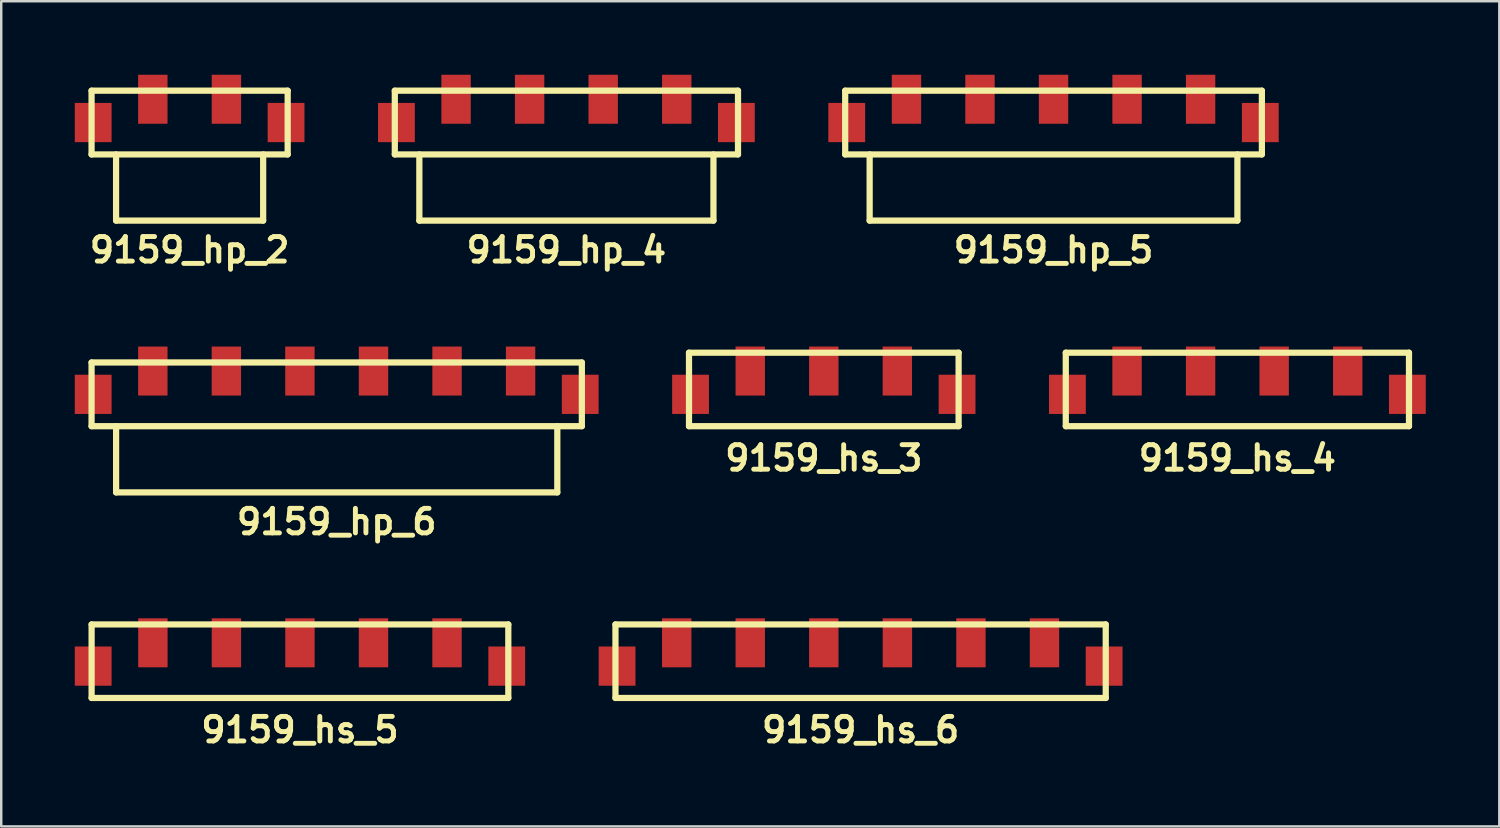
<source format=kicad_pcb>
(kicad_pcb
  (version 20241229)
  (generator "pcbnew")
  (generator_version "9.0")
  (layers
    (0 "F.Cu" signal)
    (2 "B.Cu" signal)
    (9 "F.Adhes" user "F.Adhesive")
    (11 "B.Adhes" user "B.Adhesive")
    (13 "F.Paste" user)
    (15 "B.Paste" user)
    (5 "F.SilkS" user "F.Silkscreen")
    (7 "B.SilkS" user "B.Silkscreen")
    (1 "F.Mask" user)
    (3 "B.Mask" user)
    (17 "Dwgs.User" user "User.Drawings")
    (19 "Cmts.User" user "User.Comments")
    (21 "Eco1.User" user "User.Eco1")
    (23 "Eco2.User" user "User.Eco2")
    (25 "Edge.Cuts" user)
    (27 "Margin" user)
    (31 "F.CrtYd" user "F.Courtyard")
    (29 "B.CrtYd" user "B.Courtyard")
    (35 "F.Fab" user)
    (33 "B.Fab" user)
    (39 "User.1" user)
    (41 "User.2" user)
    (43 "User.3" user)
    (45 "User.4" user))
  (footprint "9159_hp_6"
    (layer "F.Cu")
    (at 10.685 13.036)
    (property "Reference" "9159_hp_6" (at 0 5.199 0) (layer "F.SilkS") (effects (font (size 1.001 1.001) (thickness 0.201))))
    (attr through_hole)
    (fp_line (start -10 -1.3) (end -10 1.3) (stroke (width 0.254) (type solid)) (layer "F.SilkS"))
    (fp_line (start -10 -1.3) (end 10 -1.3) (stroke (width 0.254) (type solid)) (layer "F.SilkS"))
    (fp_line (start -8.999 1.3) (end -8.999 4) (stroke (width 0.254) (type solid)) (layer "F.SilkS"))
    (fp_line (start 8.999 4) (end -8.999 4) (stroke (width 0.254) (type solid)) (layer "F.SilkS"))
    (fp_line (start 8.999 4) (end 8.999 1.3) (stroke (width 0.254) (type solid)) (layer "F.SilkS"))
    (fp_line (start 10 1.3) (end -10 1.3) (stroke (width 0.254) (type solid)) (layer "F.SilkS"))
    (fp_line (start 10 1.3) (end 10 -1.3) (stroke (width 0.254) (type solid)) (layer "F.SilkS"))
    (pad "1" smd rect (at -7.501 -0.95) (size 1.199 1.999) (layers "F.Cu" "F.Mask" "F.Paste"))
    (pad "2" smd rect (at -4.501 -0.95) (size 1.199 1.999) (layers "F.Cu" "F.Mask" "F.Paste"))
    (pad "3" smd rect (at -1.501 -0.95) (size 1.199 1.999) (layers "F.Cu" "F.Mask" "F.Paste"))
    (pad "4" smd rect (at 1.501 -0.95) (size 1.199 1.999) (layers "F.Cu" "F.Mask" "F.Paste"))
    (pad "5" smd rect (at 4.501 -0.95) (size 1.199 1.999) (layers "F.Cu" "F.Mask" "F.Paste"))
    (pad "6" smd rect (at 7.501 -0.95) (size 1.199 1.999) (layers "F.Cu" "F.Mask" "F.Paste"))
    (pad "7" smd rect (at -9.934 0) (size 1.501 1.6) (layers "F.Cu" "F.Mask" "F.Paste"))
    (pad "7" smd rect (at 9.934 0) (size 1.501 1.6) (layers "F.Cu" "F.Mask" "F.Paste")))
  (footprint "9159_hs_5"
    (layer "F.Cu")
    (at 9.186 24.122)
    (property "Reference" "9159_hs_5" (at 0 2.601 0) (layer "F.SilkS") (effects (font (size 1.001 1.001) (thickness 0.201))))
    (attr through_hole)
    (fp_line (start -8.499 -1.699) (end -8.499 1.3) (stroke (width 0.254) (type solid)) (layer "F.SilkS"))
    (fp_line (start -8.499 -1.699) (end 8.499 -1.699) (stroke (width 0.254) (type solid)) (layer "F.SilkS"))
    (fp_line (start 8.499 -1.699) (end 8.499 1.3) (stroke (width 0.254) (type solid)) (layer "F.SilkS"))
    (fp_line (start 8.499 1.3) (end -8.499 1.3) (stroke (width 0.254) (type solid)) (layer "F.SilkS"))
    (pad "1" smd rect (at -5.999 -0.95) (size 1.199 1.999) (layers "F.Cu" "F.Mask" "F.Paste"))
    (pad "2" smd rect (at -3 -0.95) (size 1.199 1.999) (layers "F.Cu" "F.Mask" "F.Paste"))
    (pad "3" smd rect (at 0 -0.95) (size 1.199 1.999) (layers "F.Cu" "F.Mask" "F.Paste"))
    (pad "4" smd rect (at 3 -0.95) (size 1.199 1.999) (layers "F.Cu" "F.Mask" "F.Paste"))
    (pad "5" smd rect (at 5.999 -0.95) (size 1.199 1.999) (layers "F.Cu" "F.Mask" "F.Paste"))
    (pad "6" smd rect (at -8.435 0) (size 1.501 1.6) (layers "F.Cu" "F.Mask" "F.Paste"))
    (pad "6" smd rect (at 8.435 0) (size 1.501 1.6) (layers "F.Cu" "F.Mask" "F.Paste")))
  (footprint "9159_hp_5"
    (layer "F.Cu")
    (at 39.926 1.949)
    (property "Reference" "9159_hp_5" (at 0 5.199 0) (layer "F.SilkS") (effects (font (size 1.001 1.001) (thickness 0.201))))
    (attr through_hole)
    (fp_line (start -8.499 -1.3) (end -8.499 1.3) (stroke (width 0.254) (type solid)) (layer "F.SilkS"))
    (fp_line (start -8.499 -1.3) (end 8.499 -1.3) (stroke (width 0.254) (type solid)) (layer "F.SilkS"))
    (fp_line (start -7.501 1.3) (end -7.501 4) (stroke (width 0.254) (type solid)) (layer "F.SilkS"))
    (fp_line (start -7.501 4) (end 7.501 4) (stroke (width 0.254) (type solid)) (layer "F.SilkS"))
    (fp_line (start 7.501 4) (end 7.501 1.3) (stroke (width 0.254) (type solid)) (layer "F.SilkS"))
    (fp_line (start 8.499 1.3) (end -8.499 1.3) (stroke (width 0.254) (type solid)) (layer "F.SilkS"))
    (fp_line (start 8.499 1.3) (end 8.499 -1.3) (stroke (width 0.254) (type solid)) (layer "F.SilkS"))
    (pad "1" smd rect (at -5.999 -0.95) (size 1.199 1.999) (layers "F.Cu" "F.Mask" "F.Paste"))
    (pad "2" smd rect (at -3 -0.95) (size 1.199 1.999) (layers "F.Cu" "F.Mask" "F.Paste"))
    (pad "3" smd rect (at 0 -0.95) (size 1.199 1.999) (layers "F.Cu" "F.Mask" "F.Paste"))
    (pad "4" smd rect (at 3 -0.95) (size 1.199 1.999) (layers "F.Cu" "F.Mask" "F.Paste"))
    (pad "5" smd rect (at 5.999 -0.95) (size 1.199 1.999) (layers "F.Cu" "F.Mask" "F.Paste"))
    (pad "6" smd rect (at -8.435 0) (size 1.501 1.6) (layers "F.Cu" "F.Mask" "F.Paste"))
    (pad "6" smd rect (at 8.435 0) (size 1.501 1.6) (layers "F.Cu" "F.Mask" "F.Paste")))
  (footprint "9159_hs_6"
    (layer "F.Cu")
    (at 32.056 24.122)
    (property "Reference" "9159_hs_6" (at 0 2.601 0) (layer "F.SilkS") (effects (font (size 1.001 1.001) (thickness 0.201))))
    (attr through_hole)
    (fp_line (start -10 -1.699) (end -10 1.3) (stroke (width 0.254) (type solid)) (layer "F.SilkS"))
    (fp_line (start -10 -1.699) (end 10 -1.699) (stroke (width 0.254) (type solid)) (layer "F.SilkS"))
    (fp_line (start 10 -1.699) (end 10 1.3) (stroke (width 0.254) (type solid)) (layer "F.SilkS"))
    (fp_line (start 10 1.3) (end -10 1.3) (stroke (width 0.254) (type solid)) (layer "F.SilkS"))
    (pad "1" smd rect (at -7.501 -0.95) (size 1.199 1.999) (layers "F.Cu" "F.Mask" "F.Paste"))
    (pad "2" smd rect (at -4.501 -0.95) (size 1.199 1.999) (layers "F.Cu" "F.Mask" "F.Paste"))
    (pad "3" smd rect (at -1.501 -0.95) (size 1.199 1.999) (layers "F.Cu" "F.Mask" "F.Paste"))
    (pad "4" smd rect (at 1.501 -0.95) (size 1.199 1.999) (layers "F.Cu" "F.Mask" "F.Paste"))
    (pad "5" smd rect (at 4.501 -0.95) (size 1.199 1.999) (layers "F.Cu" "F.Mask" "F.Paste"))
    (pad "6" smd rect (at 7.501 -0.95) (size 1.199 1.999) (layers "F.Cu" "F.Mask" "F.Paste"))
    (pad "7" smd rect (at -9.934 0) (size 1.501 1.6) (layers "F.Cu" "F.Mask" "F.Paste"))
    (pad "7" smd rect (at 9.934 0) (size 1.501 1.6) (layers "F.Cu" "F.Mask" "F.Paste")))
  (footprint "9159_hs_4"
    (layer "F.Cu")
    (at 47.426 13.036)
    (property "Reference" "9159_hs_4" (at 0 2.601 0) (layer "F.SilkS") (effects (font (size 1.001 1.001) (thickness 0.201))))
    (attr through_hole)
    (fp_line (start -7 -1.699) (end -7 1.3) (stroke (width 0.254) (type solid)) (layer "F.SilkS"))
    (fp_line (start -7 1.3) (end 7 1.3) (stroke (width 0.254) (type solid)) (layer "F.SilkS"))
    (fp_line (start 7 -1.699) (end -7 -1.699) (stroke (width 0.254) (type solid)) (layer "F.SilkS"))
    (fp_line (start 7 -1.699) (end 7 1.3) (stroke (width 0.254) (type solid)) (layer "F.SilkS"))
    (pad "1" smd rect (at -4.501 -0.95) (size 1.199 1.999) (layers "F.Cu" "F.Mask" "F.Paste"))
    (pad "2" smd rect (at -1.501 -0.95) (size 1.199 1.999) (layers "F.Cu" "F.Mask" "F.Paste"))
    (pad "3" smd rect (at 1.501 -0.95) (size 1.199 1.999) (layers "F.Cu" "F.Mask" "F.Paste"))
    (pad "4" smd rect (at 4.501 -0.95) (size 1.199 1.999) (layers "F.Cu" "F.Mask" "F.Paste"))
    (pad "5" smd rect (at -6.934 0) (size 1.501 1.6) (layers "F.Cu" "F.Mask" "F.Paste"))
    (pad "5" smd rect (at 6.934 0) (size 1.501 1.6) (layers "F.Cu" "F.Mask" "F.Paste")))
  (footprint "9159_hs_3"
    (layer "F.Cu")
    (at 30.555 13.036)
    (property "Reference" "9159_hs_3" (at 0 2.601 0) (layer "F.SilkS") (effects (font (size 1.001 1.001) (thickness 0.201))))
    (attr through_hole)
    (fp_line (start -5.499 -1.699) (end -5.499 1.3) (stroke (width 0.254) (type solid)) (layer "F.SilkS"))
    (fp_line (start -5.499 -1.699) (end 5.499 -1.699) (stroke (width 0.254) (type solid)) (layer "F.SilkS"))
    (fp_line (start 5.499 -1.699) (end 5.499 1.3) (stroke (width 0.254) (type solid)) (layer "F.SilkS"))
    (fp_line (start 5.499 1.3) (end -5.499 1.3) (stroke (width 0.254) (type solid)) (layer "F.SilkS"))
    (pad "1" smd rect (at -3 -0.95) (size 1.199 1.999) (layers "F.Cu" "F.Mask" "F.Paste"))
    (pad "2" smd rect (at 0 -0.95) (size 1.199 1.999) (layers "F.Cu" "F.Mask" "F.Paste"))
    (pad "3" smd rect (at 3 -0.95) (size 1.199 1.999) (layers "F.Cu" "F.Mask" "F.Paste"))
    (pad "4" smd rect (at -5.436 0) (size 1.501 1.6) (layers "F.Cu" "F.Mask" "F.Paste"))
    (pad "4" smd rect (at 5.436 0) (size 1.501 1.6) (layers "F.Cu" "F.Mask" "F.Paste")))
  (footprint "9159_hp_2"
    (layer "F.Cu")
    (at 4.685 1.949)
    (property "Reference" "9159_hp_2" (at 0 5.199 0) (layer "F.SilkS") (effects (font (size 1.001 1.001) (thickness 0.201))))
    (attr through_hole)
    (fp_line (start -4 -1.3) (end -4 1.3) (stroke (width 0.254) (type solid)) (layer "F.SilkS"))
    (fp_line (start -4 1.3) (end 4 1.3) (stroke (width 0.254) (type solid)) (layer "F.SilkS"))
    (fp_line (start -3 1.3) (end -3 4) (stroke (width 0.254) (type solid)) (layer "F.SilkS"))
    (fp_line (start -3 4) (end 3 4) (stroke (width 0.254) (type solid)) (layer "F.SilkS"))
    (fp_line (start 3 4) (end 3 1.3) (stroke (width 0.254) (type solid)) (layer "F.SilkS"))
    (fp_line (start 4 -1.3) (end -4 -1.3) (stroke (width 0.254) (type solid)) (layer "F.SilkS"))
    (fp_line (start 4 1.3) (end 4 -1.3) (stroke (width 0.254) (type solid)) (layer "F.SilkS"))
    (pad "1" smd rect (at -1.501 -0.95) (size 1.199 1.999) (layers "F.Cu" "F.Mask" "F.Paste"))
    (pad "2" smd rect (at 1.501 -0.95) (size 1.199 1.999) (layers "F.Cu" "F.Mask" "F.Paste"))
    (pad "3" smd rect (at -3.934 0) (size 1.501 1.6) (layers "F.Cu" "F.Mask" "F.Paste"))
    (pad "3" smd rect (at 3.934 0) (size 1.501 1.6) (layers "F.Cu" "F.Mask" "F.Paste")))
  (footprint "9159_hp_4"
    (layer "F.Cu")
    (at 20.055 1.949)
    (property "Reference" "9159_hp_4" (at 0 5.199 0) (layer "F.SilkS") (effects (font (size 1.001 1.001) (thickness 0.201))))
    (attr through_hole)
    (fp_line (start -7 -1.3) (end -7 1.3) (stroke (width 0.254) (type solid)) (layer "F.SilkS"))
    (fp_line (start -7 1.3) (end 7 1.3) (stroke (width 0.254) (type solid)) (layer "F.SilkS"))
    (fp_line (start -5.999 1.3) (end -5.999 4) (stroke (width 0.254) (type solid)) (layer "F.SilkS"))
    (fp_line (start 5.999 4) (end -5.999 4) (stroke (width 0.254) (type solid)) (layer "F.SilkS"))
    (fp_line (start 5.999 4) (end 5.999 1.3) (stroke (width 0.254) (type solid)) (layer "F.SilkS"))
    (fp_line (start 7 -1.3) (end -7 -1.3) (stroke (width 0.254) (type solid)) (layer "F.SilkS"))
    (fp_line (start 7 1.3) (end 7 -1.3) (stroke (width 0.254) (type solid)) (layer "F.SilkS"))
    (pad "1" smd rect (at -4.501 -0.95) (size 1.199 1.999) (layers "F.Cu" "F.Mask" "F.Paste"))
    (pad "2" smd rect (at -1.501 -0.95) (size 1.199 1.999) (layers "F.Cu" "F.Mask" "F.Paste"))
    (pad "3" smd rect (at 1.501 -0.95) (size 1.199 1.999) (layers "F.Cu" "F.Mask" "F.Paste"))
    (pad "4" smd rect (at 4.501 -0.95) (size 1.199 1.999) (layers "F.Cu" "F.Mask" "F.Paste"))
    (pad "5" smd rect (at -6.934 0) (size 1.501 1.6) (layers "F.Cu" "F.Mask" "F.Paste"))
    (pad "5" smd rect (at 6.934 0) (size 1.501 1.6) (layers "F.Cu" "F.Mask" "F.Paste")))
  (gr_rect
    (start -3 -3)
    (end 58.111 30.661)
    (stroke (width 0.1) (type default))
    (fill no)
    (layer "Edge.Cuts")))
</source>
